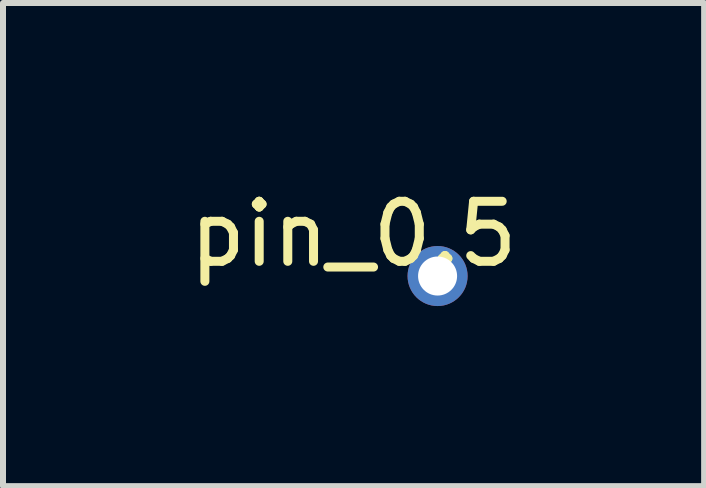
<source format=kicad_pcb>
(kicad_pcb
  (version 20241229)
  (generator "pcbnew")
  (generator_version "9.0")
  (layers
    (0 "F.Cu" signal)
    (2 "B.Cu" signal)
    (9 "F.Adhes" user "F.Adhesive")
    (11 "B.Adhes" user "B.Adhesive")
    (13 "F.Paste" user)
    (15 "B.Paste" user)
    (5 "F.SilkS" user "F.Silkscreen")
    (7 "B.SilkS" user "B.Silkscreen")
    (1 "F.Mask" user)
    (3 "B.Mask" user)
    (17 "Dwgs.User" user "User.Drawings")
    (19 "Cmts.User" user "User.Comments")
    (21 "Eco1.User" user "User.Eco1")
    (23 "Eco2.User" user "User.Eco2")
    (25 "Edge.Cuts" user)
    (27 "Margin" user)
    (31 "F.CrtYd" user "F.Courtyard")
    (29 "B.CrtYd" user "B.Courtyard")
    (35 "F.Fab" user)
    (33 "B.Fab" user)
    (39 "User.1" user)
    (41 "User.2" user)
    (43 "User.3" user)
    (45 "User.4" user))
  (footprint "pin_0.5"
    (layer "F.Cu")
    (at 3.239 0.548)
    (property "Reference" "pin_0.5" (at -0.4 0.3 0) (layer "F.SilkS") (effects (font (size 1 1) (thickness 0.15))))
    (attr through_hole)
    (pad "1" thru_hole circle (at 1 1) (size 1 1) (drill 0.65) (layers "*.Cu" "*.Mask")))
  (gr_rect
    (start -3 -3)
    (end 8.679 5.048)
    (stroke (width 0.1) (type default))
    (fill no)
    (layer "Edge.Cuts")))
</source>
